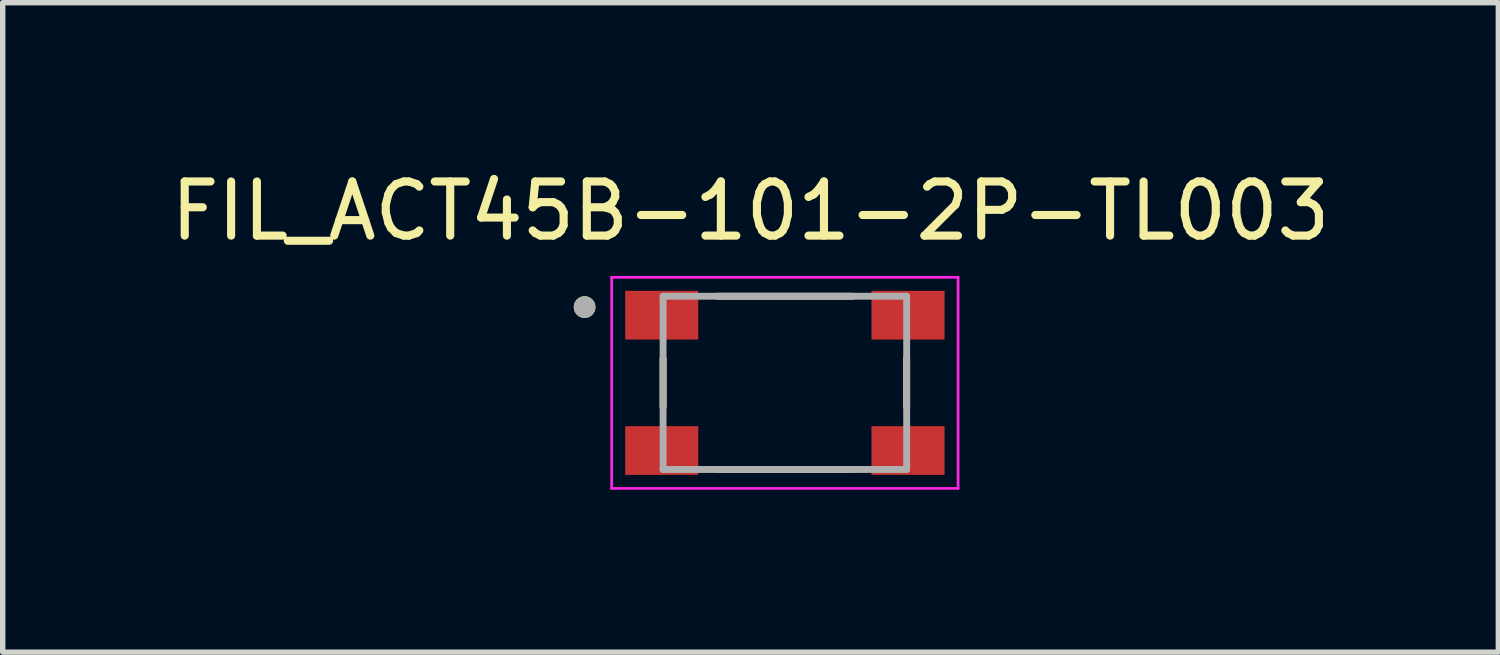
<source format=kicad_pcb>
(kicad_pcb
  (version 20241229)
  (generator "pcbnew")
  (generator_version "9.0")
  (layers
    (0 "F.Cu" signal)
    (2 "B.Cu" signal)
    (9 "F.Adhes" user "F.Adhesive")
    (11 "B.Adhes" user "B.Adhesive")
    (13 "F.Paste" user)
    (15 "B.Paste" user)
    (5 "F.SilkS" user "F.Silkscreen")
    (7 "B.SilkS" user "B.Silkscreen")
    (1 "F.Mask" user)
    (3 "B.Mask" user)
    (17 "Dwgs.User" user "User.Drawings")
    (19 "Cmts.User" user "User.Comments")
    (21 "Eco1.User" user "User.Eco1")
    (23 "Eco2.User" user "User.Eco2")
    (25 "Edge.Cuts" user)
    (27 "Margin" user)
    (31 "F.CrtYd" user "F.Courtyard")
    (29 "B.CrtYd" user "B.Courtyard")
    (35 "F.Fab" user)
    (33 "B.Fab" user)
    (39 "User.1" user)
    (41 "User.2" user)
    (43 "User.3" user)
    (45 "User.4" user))
  (footprint "FIL_ACT45B-101-2P-TL003"
    (layer "F.Cu")
    (at 11.45 4.023)
    (property "Reference" "FIL_ACT45B-101-2P-TL003" (at -0.635 -3.175 0) (layer "F.SilkS") (effects (font (size 1 1) (thickness 0.15))))
    (attr smd)
    (fp_line (start -2.25 -0.45) (end -2.25 0.45) (stroke (width 0.127) (type solid)) (layer "F.SilkS"))
    (fp_line (start -1.25 -1.6) (end 1.25 -1.6) (stroke (width 0.127) (type solid)) (layer "F.SilkS"))
    (fp_line (start -1.25 1.6) (end 1.25 1.6) (stroke (width 0.127) (type solid)) (layer "F.SilkS"))
    (fp_line (start 2.25 -0.45) (end 2.25 0.45) (stroke (width 0.127) (type solid)) (layer "F.SilkS"))
    (fp_circle (center -3.7 -1.4) (end -3.6 -1.4) (stroke (width 0.2) (type solid)) (fill no) (layer "F.SilkS"))
    (fp_line (start -3.2 -1.95) (end 3.2 -1.95) (stroke (width 0.05) (type solid)) (layer "F.CrtYd"))
    (fp_line (start -3.2 1.95) (end -3.2 -1.95) (stroke (width 0.05) (type solid)) (layer "F.CrtYd"))
    (fp_line (start 3.2 -1.95) (end 3.2 1.95) (stroke (width 0.05) (type solid)) (layer "F.CrtYd"))
    (fp_line (start 3.2 1.95) (end -3.2 1.95) (stroke (width 0.05) (type solid)) (layer "F.CrtYd"))
    (fp_line (start -2.25 -1.6) (end 2.25 -1.6) (stroke (width 0.127) (type solid)) (layer "F.Fab"))
    (fp_line (start -2.25 1.6) (end -2.25 -1.6) (stroke (width 0.127) (type solid)) (layer "F.Fab"))
    (fp_line (start 2.25 -1.6) (end 2.25 1.6) (stroke (width 0.127) (type solid)) (layer "F.Fab"))
    (fp_line (start 2.25 1.6) (end -2.25 1.6) (stroke (width 0.127) (type solid)) (layer "F.Fab"))
    (fp_circle (center -3.7 -1.4) (end -3.6 -1.4) (stroke (width 0.2) (type solid)) (fill no) (layer "F.Fab"))
    (pad "1" smd rect (at -2.275 -1.25) (size 1.35 0.9) (layers "F.Cu" "F.Mask" "F.Paste"))
    (pad "2" smd rect (at -2.275 1.25) (size 1.35 0.9) (layers "F.Cu" "F.Mask" "F.Paste"))
    (pad "3" smd rect (at 2.275 1.25) (size 1.35 0.9) (layers "F.Cu" "F.Mask" "F.Paste"))
    (pad "4" smd rect (at 2.275 -1.25) (size 1.35 0.9) (layers "F.Cu" "F.Mask" "F.Paste")))
  (gr_rect
    (start -3 -3)
    (end 24.631 8.998)
    (stroke (width 0.1) (type default))
    (fill no)
    (layer "Edge.Cuts")))
</source>
